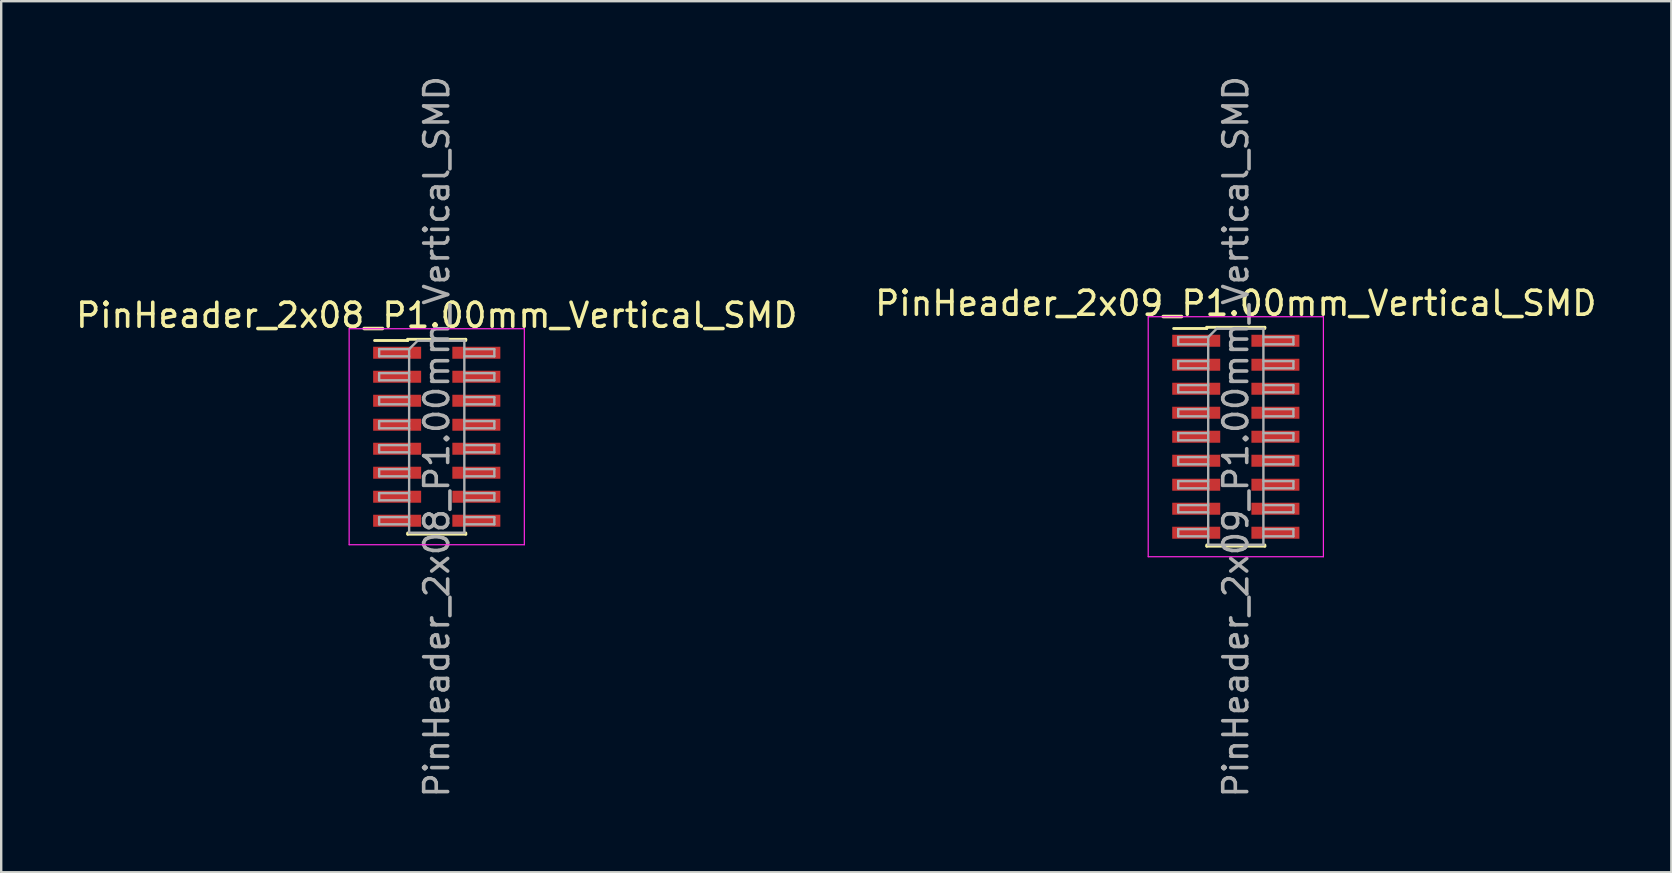
<source format=kicad_pcb>
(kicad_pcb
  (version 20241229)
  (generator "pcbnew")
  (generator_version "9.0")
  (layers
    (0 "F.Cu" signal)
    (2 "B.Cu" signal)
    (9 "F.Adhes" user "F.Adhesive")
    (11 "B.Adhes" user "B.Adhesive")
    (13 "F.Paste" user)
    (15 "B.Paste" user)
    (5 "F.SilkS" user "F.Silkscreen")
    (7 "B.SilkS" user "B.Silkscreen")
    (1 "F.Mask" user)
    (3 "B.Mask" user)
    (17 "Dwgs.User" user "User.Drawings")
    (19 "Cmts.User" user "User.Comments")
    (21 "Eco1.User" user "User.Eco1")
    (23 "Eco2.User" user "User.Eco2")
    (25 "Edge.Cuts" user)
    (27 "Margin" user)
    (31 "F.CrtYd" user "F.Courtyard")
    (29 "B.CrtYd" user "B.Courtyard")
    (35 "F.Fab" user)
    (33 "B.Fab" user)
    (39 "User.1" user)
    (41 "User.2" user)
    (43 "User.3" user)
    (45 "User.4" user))
  (footprint "PinHeader_2x08_P1.00mm_Vertical_SMD"
    (layer "F.Cu")
    (at 15.149 15.149)
    (property "Reference" "PinHeader_2x08_P1.00mm_Vertical_SMD" (at 0 -5.06 0) (layer "F.SilkS") (effects (font (size 1 1) (thickness 0.15))))
    (attr smd)
    (fp_line (start -2.59 -4.01) (end -1.21 -4.01) (stroke (width 0.12) (type solid)) (layer "F.SilkS"))
    (fp_line (start -1.21 -4.06) (end -1.21 -4.01) (stroke (width 0.12) (type solid)) (layer "F.SilkS"))
    (fp_line (start -1.21 -4.06) (end 1.21 -4.06) (stroke (width 0.12) (type solid)) (layer "F.SilkS"))
    (fp_line (start -1.21 4.01) (end -1.21 4.06) (stroke (width 0.12) (type solid)) (layer "F.SilkS"))
    (fp_line (start -1.21 4.06) (end 1.21 4.06) (stroke (width 0.12) (type solid)) (layer "F.SilkS"))
    (fp_line (start 1.21 -4.06) (end 1.21 -4.01) (stroke (width 0.12) (type solid)) (layer "F.SilkS"))
    (fp_line (start 1.21 4.01) (end 1.21 4.06) (stroke (width 0.12) (type solid)) (layer "F.SilkS"))
    (fp_line (start -3.65 -4.5) (end -3.65 4.5) (stroke (width 0.05) (type solid)) (layer "F.CrtYd"))
    (fp_line (start -3.65 4.5) (end 3.65 4.5) (stroke (width 0.05) (type solid)) (layer "F.CrtYd"))
    (fp_line (start 3.65 -4.5) (end -3.65 -4.5) (stroke (width 0.05) (type solid)) (layer "F.CrtYd"))
    (fp_line (start 3.65 4.5) (end 3.65 -4.5) (stroke (width 0.05) (type solid)) (layer "F.CrtYd"))
    (fp_line (start -2.4 -3.65) (end -2.4 -3.35) (stroke (width 0.1) (type solid)) (layer "F.Fab"))
    (fp_line (start -2.4 -3.35) (end -1.15 -3.35) (stroke (width 0.1) (type solid)) (layer "F.Fab"))
    (fp_line (start -2.4 -2.65) (end -2.4 -2.35) (stroke (width 0.1) (type solid)) (layer "F.Fab"))
    (fp_line (start -2.4 -2.35) (end -1.15 -2.35) (stroke (width 0.1) (type solid)) (layer "F.Fab"))
    (fp_line (start -2.4 -1.65) (end -2.4 -1.35) (stroke (width 0.1) (type solid)) (layer "F.Fab"))
    (fp_line (start -2.4 -1.35) (end -1.15 -1.35) (stroke (width 0.1) (type solid)) (layer "F.Fab"))
    (fp_line (start -2.4 -0.65) (end -2.4 -0.35) (stroke (width 0.1) (type solid)) (layer "F.Fab"))
    (fp_line (start -2.4 -0.35) (end -1.15 -0.35) (stroke (width 0.1) (type solid)) (layer "F.Fab"))
    (fp_line (start -2.4 0.35) (end -2.4 0.65) (stroke (width 0.1) (type solid)) (layer "F.Fab"))
    (fp_line (start -2.4 0.65) (end -1.15 0.65) (stroke (width 0.1) (type solid)) (layer "F.Fab"))
    (fp_line (start -2.4 1.35) (end -2.4 1.65) (stroke (width 0.1) (type solid)) (layer "F.Fab"))
    (fp_line (start -2.4 1.65) (end -1.15 1.65) (stroke (width 0.1) (type solid)) (layer "F.Fab"))
    (fp_line (start -2.4 2.35) (end -2.4 2.65) (stroke (width 0.1) (type solid)) (layer "F.Fab"))
    (fp_line (start -2.4 2.65) (end -1.15 2.65) (stroke (width 0.1) (type solid)) (layer "F.Fab"))
    (fp_line (start -2.4 3.35) (end -2.4 3.65) (stroke (width 0.1) (type solid)) (layer "F.Fab"))
    (fp_line (start -2.4 3.65) (end -1.15 3.65) (stroke (width 0.1) (type solid)) (layer "F.Fab"))
    (fp_line (start -1.15 -3.65) (end -2.4 -3.65) (stroke (width 0.1) (type solid)) (layer "F.Fab"))
    (fp_line (start -1.15 -3.65) (end -0.8 -4) (stroke (width 0.1) (type solid)) (layer "F.Fab"))
    (fp_line (start -1.15 -2.65) (end -2.4 -2.65) (stroke (width 0.1) (type solid)) (layer "F.Fab"))
    (fp_line (start -1.15 -1.65) (end -2.4 -1.65) (stroke (width 0.1) (type solid)) (layer "F.Fab"))
    (fp_line (start -1.15 -0.65) (end -2.4 -0.65) (stroke (width 0.1) (type solid)) (layer "F.Fab"))
    (fp_line (start -1.15 0.35) (end -2.4 0.35) (stroke (width 0.1) (type solid)) (layer "F.Fab"))
    (fp_line (start -1.15 1.35) (end -2.4 1.35) (stroke (width 0.1) (type solid)) (layer "F.Fab"))
    (fp_line (start -1.15 2.35) (end -2.4 2.35) (stroke (width 0.1) (type solid)) (layer "F.Fab"))
    (fp_line (start -1.15 3.35) (end -2.4 3.35) (stroke (width 0.1) (type solid)) (layer "F.Fab"))
    (fp_line (start -1.15 4) (end -1.15 -3.65) (stroke (width 0.1) (type solid)) (layer "F.Fab"))
    (fp_line (start -0.8 -4) (end 1.15 -4) (stroke (width 0.1) (type solid)) (layer "F.Fab"))
    (fp_line (start 1.15 -4) (end 1.15 4) (stroke (width 0.1) (type solid)) (layer "F.Fab"))
    (fp_line (start 1.15 -3.65) (end 2.4 -3.65) (stroke (width 0.1) (type solid)) (layer "F.Fab"))
    (fp_line (start 1.15 -2.65) (end 2.4 -2.65) (stroke (width 0.1) (type solid)) (layer "F.Fab"))
    (fp_line (start 1.15 -1.65) (end 2.4 -1.65) (stroke (width 0.1) (type solid)) (layer "F.Fab"))
    (fp_line (start 1.15 -0.65) (end 2.4 -0.65) (stroke (width 0.1) (type solid)) (layer "F.Fab"))
    (fp_line (start 1.15 0.35) (end 2.4 0.35) (stroke (width 0.1) (type solid)) (layer "F.Fab"))
    (fp_line (start 1.15 1.35) (end 2.4 1.35) (stroke (width 0.1) (type solid)) (layer "F.Fab"))
    (fp_line (start 1.15 2.35) (end 2.4 2.35) (stroke (width 0.1) (type solid)) (layer "F.Fab"))
    (fp_line (start 1.15 3.35) (end 2.4 3.35) (stroke (width 0.1) (type solid)) (layer "F.Fab"))
    (fp_line (start 1.15 4) (end -1.15 4) (stroke (width 0.1) (type solid)) (layer "F.Fab"))
    (fp_line (start 2.4 -3.65) (end 2.4 -3.35) (stroke (width 0.1) (type solid)) (layer "F.Fab"))
    (fp_line (start 2.4 -3.35) (end 1.15 -3.35) (stroke (width 0.1) (type solid)) (layer "F.Fab"))
    (fp_line (start 2.4 -2.65) (end 2.4 -2.35) (stroke (width 0.1) (type solid)) (layer "F.Fab"))
    (fp_line (start 2.4 -2.35) (end 1.15 -2.35) (stroke (width 0.1) (type solid)) (layer "F.Fab"))
    (fp_line (start 2.4 -1.65) (end 2.4 -1.35) (stroke (width 0.1) (type solid)) (layer "F.Fab"))
    (fp_line (start 2.4 -1.35) (end 1.15 -1.35) (stroke (width 0.1) (type solid)) (layer "F.Fab"))
    (fp_line (start 2.4 -0.65) (end 2.4 -0.35) (stroke (width 0.1) (type solid)) (layer "F.Fab"))
    (fp_line (start 2.4 -0.35) (end 1.15 -0.35) (stroke (width 0.1) (type solid)) (layer "F.Fab"))
    (fp_line (start 2.4 0.35) (end 2.4 0.65) (stroke (width 0.1) (type solid)) (layer "F.Fab"))
    (fp_line (start 2.4 0.65) (end 1.15 0.65) (stroke (width 0.1) (type solid)) (layer "F.Fab"))
    (fp_line (start 2.4 1.35) (end 2.4 1.65) (stroke (width 0.1) (type solid)) (layer "F.Fab"))
    (fp_line (start 2.4 1.65) (end 1.15 1.65) (stroke (width 0.1) (type solid)) (layer "F.Fab"))
    (fp_line (start 2.4 2.35) (end 2.4 2.65) (stroke (width 0.1) (type solid)) (layer "F.Fab"))
    (fp_line (start 2.4 2.65) (end 1.15 2.65) (stroke (width 0.1) (type solid)) (layer "F.Fab"))
    (fp_line (start 2.4 3.35) (end 2.4 3.65) (stroke (width 0.1) (type solid)) (layer "F.Fab"))
    (fp_line (start 2.4 3.65) (end 1.15 3.65) (stroke (width 0.1) (type solid)) (layer "F.Fab"))
    (fp_text user "${REFERENCE}" (at 0 0 90) (layer "F.Fab") (effects (font (size 1 1) (thickness 0.15))))
    (pad "1" smd rect (at -1.65 -3.5) (size 2 0.5) (layers "F.Cu" "F.Mask" "F.Paste"))
    (pad "2" smd rect (at 1.65 -3.5) (size 2 0.5) (layers "F.Cu" "F.Mask" "F.Paste"))
    (pad "3" smd rect (at -1.65 -2.5) (size 2 0.5) (layers "F.Cu" "F.Mask" "F.Paste"))
    (pad "4" smd rect (at 1.65 -2.5) (size 2 0.5) (layers "F.Cu" "F.Mask" "F.Paste"))
    (pad "5" smd rect (at -1.65 -1.5) (size 2 0.5) (layers "F.Cu" "F.Mask" "F.Paste"))
    (pad "6" smd rect (at 1.65 -1.5) (size 2 0.5) (layers "F.Cu" "F.Mask" "F.Paste"))
    (pad "7" smd rect (at -1.65 -0.5) (size 2 0.5) (layers "F.Cu" "F.Mask" "F.Paste"))
    (pad "8" smd rect (at 1.65 -0.5) (size 2 0.5) (layers "F.Cu" "F.Mask" "F.Paste"))
    (pad "9" smd rect (at -1.65 0.5) (size 2 0.5) (layers "F.Cu" "F.Mask" "F.Paste"))
    (pad "10" smd rect (at 1.65 0.5) (size 2 0.5) (layers "F.Cu" "F.Mask" "F.Paste"))
    (pad "11" smd rect (at -1.65 1.5) (size 2 0.5) (layers "F.Cu" "F.Mask" "F.Paste"))
    (pad "12" smd rect (at 1.65 1.5) (size 2 0.5) (layers "F.Cu" "F.Mask" "F.Paste"))
    (pad "13" smd rect (at -1.65 2.5) (size 2 0.5) (layers "F.Cu" "F.Mask" "F.Paste"))
    (pad "14" smd rect (at 1.65 2.5) (size 2 0.5) (layers "F.Cu" "F.Mask" "F.Paste"))
    (pad "15" smd rect (at -1.65 3.5) (size 2 0.5) (layers "F.Cu" "F.Mask" "F.Paste"))
    (pad "16" smd rect (at 1.65 3.5) (size 2 0.5) (layers "F.Cu" "F.Mask" "F.Paste")))
  (footprint "PinHeader_2x09_P1.00mm_Vertical_SMD"
    (layer "F.Cu")
    (at 48.446 15.149)
    (property "Reference" "PinHeader_2x09_P1.00mm_Vertical_SMD" (at 0 -5.56 0) (layer "F.SilkS") (effects (font (size 1 1) (thickness 0.15))))
    (attr smd)
    (fp_line (start -2.59 -4.51) (end -1.21 -4.51) (stroke (width 0.12) (type solid)) (layer "F.SilkS"))
    (fp_line (start -1.21 -4.56) (end -1.21 -4.51) (stroke (width 0.12) (type solid)) (layer "F.SilkS"))
    (fp_line (start -1.21 -4.56) (end 1.21 -4.56) (stroke (width 0.12) (type solid)) (layer "F.SilkS"))
    (fp_line (start -1.21 4.51) (end -1.21 4.56) (stroke (width 0.12) (type solid)) (layer "F.SilkS"))
    (fp_line (start -1.21 4.56) (end 1.21 4.56) (stroke (width 0.12) (type solid)) (layer "F.SilkS"))
    (fp_line (start 1.21 -4.56) (end 1.21 -4.51) (stroke (width 0.12) (type solid)) (layer "F.SilkS"))
    (fp_line (start 1.21 4.51) (end 1.21 4.56) (stroke (width 0.12) (type solid)) (layer "F.SilkS"))
    (fp_line (start -3.65 -5) (end -3.65 5) (stroke (width 0.05) (type solid)) (layer "F.CrtYd"))
    (fp_line (start -3.65 5) (end 3.65 5) (stroke (width 0.05) (type solid)) (layer "F.CrtYd"))
    (fp_line (start 3.65 -5) (end -3.65 -5) (stroke (width 0.05) (type solid)) (layer "F.CrtYd"))
    (fp_line (start 3.65 5) (end 3.65 -5) (stroke (width 0.05) (type solid)) (layer "F.CrtYd"))
    (fp_line (start -2.4 -4.15) (end -2.4 -3.85) (stroke (width 0.1) (type solid)) (layer "F.Fab"))
    (fp_line (start -2.4 -3.85) (end -1.15 -3.85) (stroke (width 0.1) (type solid)) (layer "F.Fab"))
    (fp_line (start -2.4 -3.15) (end -2.4 -2.85) (stroke (width 0.1) (type solid)) (layer "F.Fab"))
    (fp_line (start -2.4 -2.85) (end -1.15 -2.85) (stroke (width 0.1) (type solid)) (layer "F.Fab"))
    (fp_line (start -2.4 -2.15) (end -2.4 -1.85) (stroke (width 0.1) (type solid)) (layer "F.Fab"))
    (fp_line (start -2.4 -1.85) (end -1.15 -1.85) (stroke (width 0.1) (type solid)) (layer "F.Fab"))
    (fp_line (start -2.4 -1.15) (end -2.4 -0.85) (stroke (width 0.1) (type solid)) (layer "F.Fab"))
    (fp_line (start -2.4 -0.85) (end -1.15 -0.85) (stroke (width 0.1) (type solid)) (layer "F.Fab"))
    (fp_line (start -2.4 -0.15) (end -2.4 0.15) (stroke (width 0.1) (type solid)) (layer "F.Fab"))
    (fp_line (start -2.4 0.15) (end -1.15 0.15) (stroke (width 0.1) (type solid)) (layer "F.Fab"))
    (fp_line (start -2.4 0.85) (end -2.4 1.15) (stroke (width 0.1) (type solid)) (layer "F.Fab"))
    (fp_line (start -2.4 1.15) (end -1.15 1.15) (stroke (width 0.1) (type solid)) (layer "F.Fab"))
    (fp_line (start -2.4 1.85) (end -2.4 2.15) (stroke (width 0.1) (type solid)) (layer "F.Fab"))
    (fp_line (start -2.4 2.15) (end -1.15 2.15) (stroke (width 0.1) (type solid)) (layer "F.Fab"))
    (fp_line (start -2.4 2.85) (end -2.4 3.15) (stroke (width 0.1) (type solid)) (layer "F.Fab"))
    (fp_line (start -2.4 3.15) (end -1.15 3.15) (stroke (width 0.1) (type solid)) (layer "F.Fab"))
    (fp_line (start -2.4 3.85) (end -2.4 4.15) (stroke (width 0.1) (type solid)) (layer "F.Fab"))
    (fp_line (start -2.4 4.15) (end -1.15 4.15) (stroke (width 0.1) (type solid)) (layer "F.Fab"))
    (fp_line (start -1.15 -4.15) (end -2.4 -4.15) (stroke (width 0.1) (type solid)) (layer "F.Fab"))
    (fp_line (start -1.15 -4.15) (end -0.8 -4.5) (stroke (width 0.1) (type solid)) (layer "F.Fab"))
    (fp_line (start -1.15 -3.15) (end -2.4 -3.15) (stroke (width 0.1) (type solid)) (layer "F.Fab"))
    (fp_line (start -1.15 -2.15) (end -2.4 -2.15) (stroke (width 0.1) (type solid)) (layer "F.Fab"))
    (fp_line (start -1.15 -1.15) (end -2.4 -1.15) (stroke (width 0.1) (type solid)) (layer "F.Fab"))
    (fp_line (start -1.15 -0.15) (end -2.4 -0.15) (stroke (width 0.1) (type solid)) (layer "F.Fab"))
    (fp_line (start -1.15 0.85) (end -2.4 0.85) (stroke (width 0.1) (type solid)) (layer "F.Fab"))
    (fp_line (start -1.15 1.85) (end -2.4 1.85) (stroke (width 0.1) (type solid)) (layer "F.Fab"))
    (fp_line (start -1.15 2.85) (end -2.4 2.85) (stroke (width 0.1) (type solid)) (layer "F.Fab"))
    (fp_line (start -1.15 3.85) (end -2.4 3.85) (stroke (width 0.1) (type solid)) (layer "F.Fab"))
    (fp_line (start -1.15 4.5) (end -1.15 -4.15) (stroke (width 0.1) (type solid)) (layer "F.Fab"))
    (fp_line (start -0.8 -4.5) (end 1.15 -4.5) (stroke (width 0.1) (type solid)) (layer "F.Fab"))
    (fp_line (start 1.15 -4.5) (end 1.15 4.5) (stroke (width 0.1) (type solid)) (layer "F.Fab"))
    (fp_line (start 1.15 -4.15) (end 2.4 -4.15) (stroke (width 0.1) (type solid)) (layer "F.Fab"))
    (fp_line (start 1.15 -3.15) (end 2.4 -3.15) (stroke (width 0.1) (type solid)) (layer "F.Fab"))
    (fp_line (start 1.15 -2.15) (end 2.4 -2.15) (stroke (width 0.1) (type solid)) (layer "F.Fab"))
    (fp_line (start 1.15 -1.15) (end 2.4 -1.15) (stroke (width 0.1) (type solid)) (layer "F.Fab"))
    (fp_line (start 1.15 -0.15) (end 2.4 -0.15) (stroke (width 0.1) (type solid)) (layer "F.Fab"))
    (fp_line (start 1.15 0.85) (end 2.4 0.85) (stroke (width 0.1) (type solid)) (layer "F.Fab"))
    (fp_line (start 1.15 1.85) (end 2.4 1.85) (stroke (width 0.1) (type solid)) (layer "F.Fab"))
    (fp_line (start 1.15 2.85) (end 2.4 2.85) (stroke (width 0.1) (type solid)) (layer "F.Fab"))
    (fp_line (start 1.15 3.85) (end 2.4 3.85) (stroke (width 0.1) (type solid)) (layer "F.Fab"))
    (fp_line (start 1.15 4.5) (end -1.15 4.5) (stroke (width 0.1) (type solid)) (layer "F.Fab"))
    (fp_line (start 2.4 -4.15) (end 2.4 -3.85) (stroke (width 0.1) (type solid)) (layer "F.Fab"))
    (fp_line (start 2.4 -3.85) (end 1.15 -3.85) (stroke (width 0.1) (type solid)) (layer "F.Fab"))
    (fp_line (start 2.4 -3.15) (end 2.4 -2.85) (stroke (width 0.1) (type solid)) (layer "F.Fab"))
    (fp_line (start 2.4 -2.85) (end 1.15 -2.85) (stroke (width 0.1) (type solid)) (layer "F.Fab"))
    (fp_line (start 2.4 -2.15) (end 2.4 -1.85) (stroke (width 0.1) (type solid)) (layer "F.Fab"))
    (fp_line (start 2.4 -1.85) (end 1.15 -1.85) (stroke (width 0.1) (type solid)) (layer "F.Fab"))
    (fp_line (start 2.4 -1.15) (end 2.4 -0.85) (stroke (width 0.1) (type solid)) (layer "F.Fab"))
    (fp_line (start 2.4 -0.85) (end 1.15 -0.85) (stroke (width 0.1) (type solid)) (layer "F.Fab"))
    (fp_line (start 2.4 -0.15) (end 2.4 0.15) (stroke (width 0.1) (type solid)) (layer "F.Fab"))
    (fp_line (start 2.4 0.15) (end 1.15 0.15) (stroke (width 0.1) (type solid)) (layer "F.Fab"))
    (fp_line (start 2.4 0.85) (end 2.4 1.15) (stroke (width 0.1) (type solid)) (layer "F.Fab"))
    (fp_line (start 2.4 1.15) (end 1.15 1.15) (stroke (width 0.1) (type solid)) (layer "F.Fab"))
    (fp_line (start 2.4 1.85) (end 2.4 2.15) (stroke (width 0.1) (type solid)) (layer "F.Fab"))
    (fp_line (start 2.4 2.15) (end 1.15 2.15) (stroke (width 0.1) (type solid)) (layer "F.Fab"))
    (fp_line (start 2.4 2.85) (end 2.4 3.15) (stroke (width 0.1) (type solid)) (layer "F.Fab"))
    (fp_line (start 2.4 3.15) (end 1.15 3.15) (stroke (width 0.1) (type solid)) (layer "F.Fab"))
    (fp_line (start 2.4 3.85) (end 2.4 4.15) (stroke (width 0.1) (type solid)) (layer "F.Fab"))
    (fp_line (start 2.4 4.15) (end 1.15 4.15) (stroke (width 0.1) (type solid)) (layer "F.Fab"))
    (fp_text user "${REFERENCE}" (at 0 0 90) (layer "F.Fab") (effects (font (size 1 1) (thickness 0.15))))
    (pad "1" smd rect (at -1.65 -4) (size 2 0.5) (layers "F.Cu" "F.Mask" "F.Paste"))
    (pad "2" smd rect (at 1.65 -4) (size 2 0.5) (layers "F.Cu" "F.Mask" "F.Paste"))
    (pad "3" smd rect (at -1.65 -3) (size 2 0.5) (layers "F.Cu" "F.Mask" "F.Paste"))
    (pad "4" smd rect (at 1.65 -3) (size 2 0.5) (layers "F.Cu" "F.Mask" "F.Paste"))
    (pad "5" smd rect (at -1.65 -2) (size 2 0.5) (layers "F.Cu" "F.Mask" "F.Paste"))
    (pad "6" smd rect (at 1.65 -2) (size 2 0.5) (layers "F.Cu" "F.Mask" "F.Paste"))
    (pad "7" smd rect (at -1.65 -1) (size 2 0.5) (layers "F.Cu" "F.Mask" "F.Paste"))
    (pad "8" smd rect (at 1.65 -1) (size 2 0.5) (layers "F.Cu" "F.Mask" "F.Paste"))
    (pad "9" smd rect (at -1.65 0) (size 2 0.5) (layers "F.Cu" "F.Mask" "F.Paste"))
    (pad "10" smd rect (at 1.65 0) (size 2 0.5) (layers "F.Cu" "F.Mask" "F.Paste"))
    (pad "11" smd rect (at -1.65 1) (size 2 0.5) (layers "F.Cu" "F.Mask" "F.Paste"))
    (pad "12" smd rect (at 1.65 1) (size 2 0.5) (layers "F.Cu" "F.Mask" "F.Paste"))
    (pad "13" smd rect (at -1.65 2) (size 2 0.5) (layers "F.Cu" "F.Mask" "F.Paste"))
    (pad "14" smd rect (at 1.65 2) (size 2 0.5) (layers "F.Cu" "F.Mask" "F.Paste"))
    (pad "15" smd rect (at -1.65 3) (size 2 0.5) (layers "F.Cu" "F.Mask" "F.Paste"))
    (pad "16" smd rect (at 1.65 3) (size 2 0.5) (layers "F.Cu" "F.Mask" "F.Paste"))
    (pad "17" smd rect (at -1.65 4) (size 2 0.5) (layers "F.Cu" "F.Mask" "F.Paste"))
    (pad "18" smd rect (at 1.65 4) (size 2 0.5) (layers "F.Cu" "F.Mask" "F.Paste")))
  (gr_rect
    (start -3 -3)
    (end 66.595 33.298)
    (stroke (width 0.1) (type default))
    (fill no)
    (layer "Edge.Cuts")))
</source>
